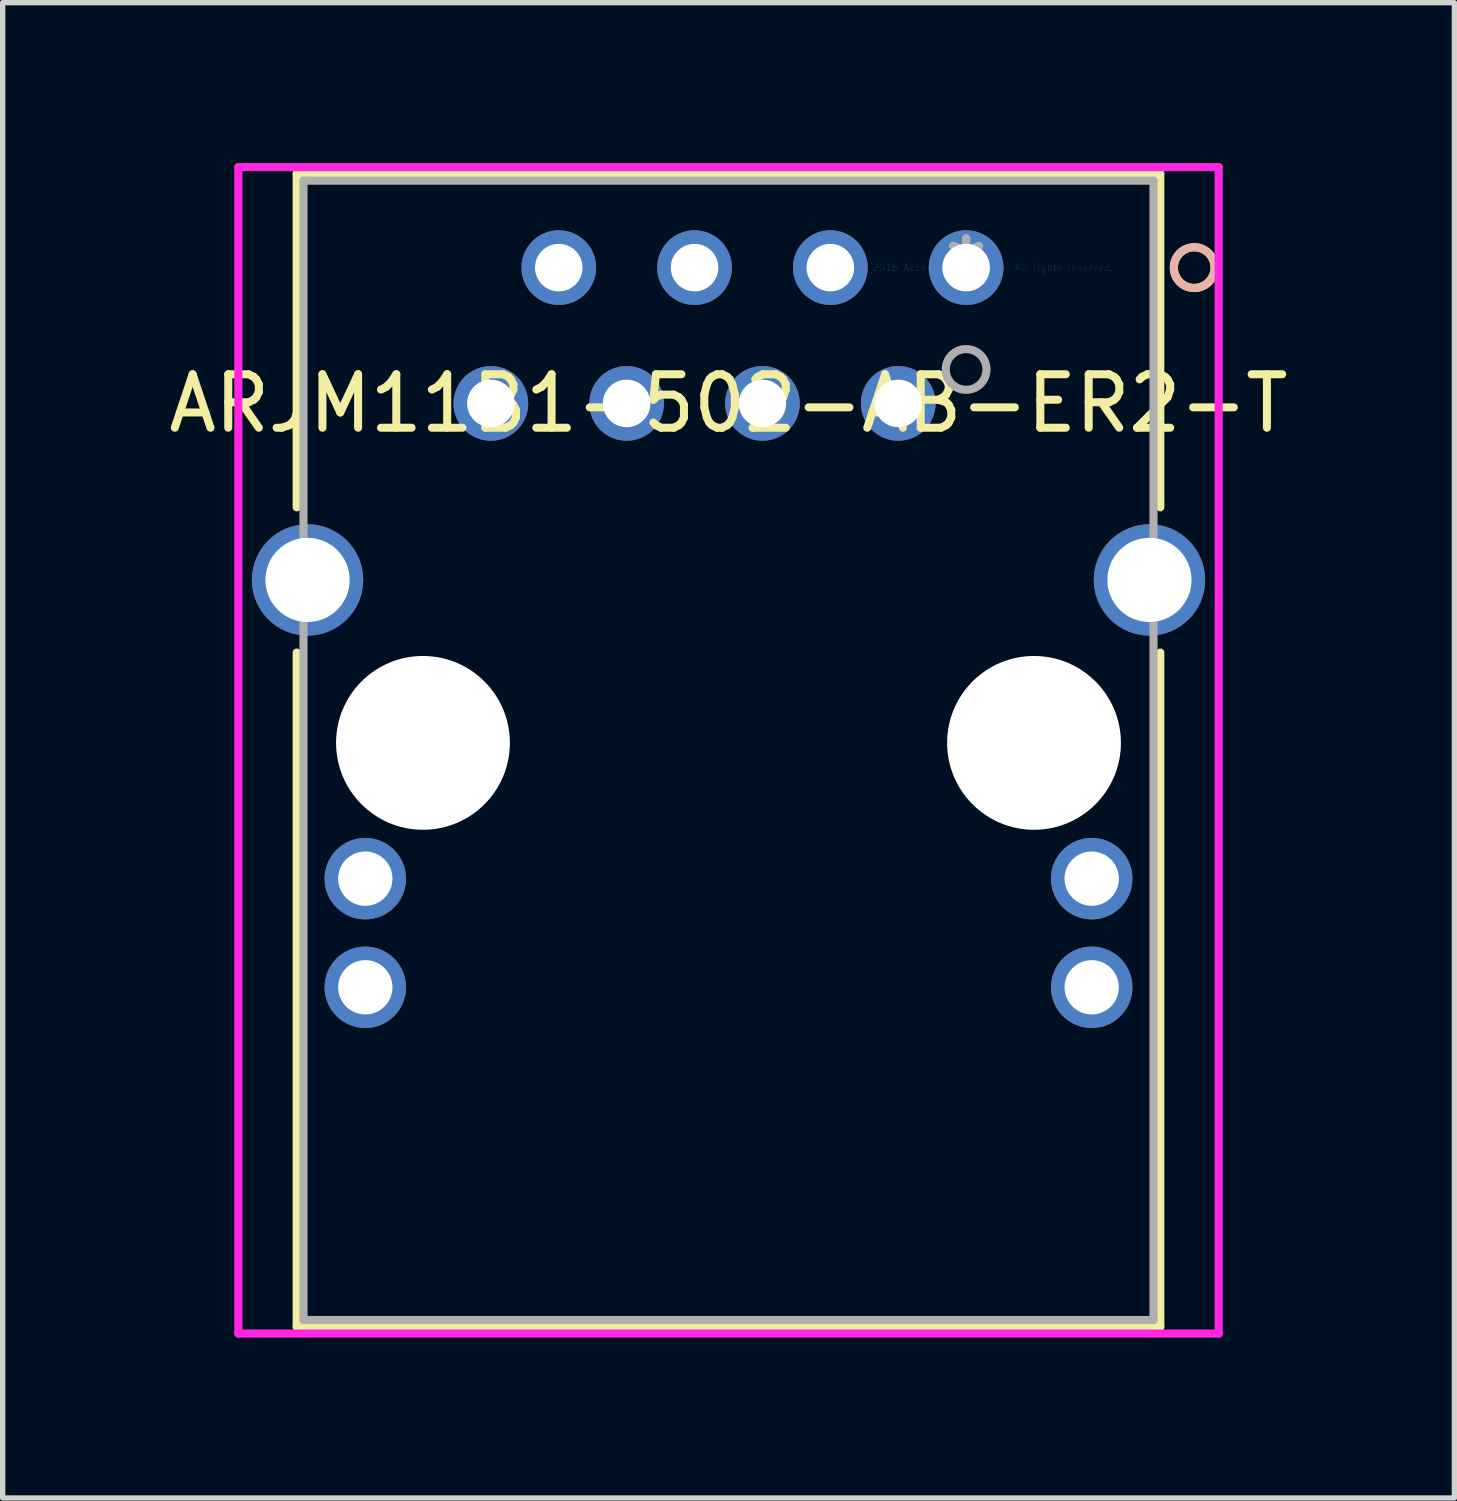
<source format=kicad_pcb>
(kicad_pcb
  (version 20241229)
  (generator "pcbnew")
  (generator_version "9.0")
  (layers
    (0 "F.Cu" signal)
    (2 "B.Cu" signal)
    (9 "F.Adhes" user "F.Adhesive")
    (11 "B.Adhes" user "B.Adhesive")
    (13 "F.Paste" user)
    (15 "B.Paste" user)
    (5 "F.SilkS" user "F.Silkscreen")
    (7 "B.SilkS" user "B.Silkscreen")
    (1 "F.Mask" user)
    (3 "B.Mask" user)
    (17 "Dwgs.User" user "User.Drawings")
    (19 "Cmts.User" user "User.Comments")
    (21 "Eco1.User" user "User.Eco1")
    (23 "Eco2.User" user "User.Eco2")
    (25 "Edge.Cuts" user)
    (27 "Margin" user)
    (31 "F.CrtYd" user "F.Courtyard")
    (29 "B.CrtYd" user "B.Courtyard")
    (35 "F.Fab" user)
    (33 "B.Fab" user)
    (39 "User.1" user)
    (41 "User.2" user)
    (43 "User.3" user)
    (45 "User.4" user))
  (footprint "ARJM11B1-502-AB-ER2-T"
    (layer "F.Cu")
    (at 15.022 1.956)
    (property "Reference" "ARJM11B1-502-AB-ER2-T" (at -4.445 2.54 0) (layer "F.SilkS") (effects (font (size 1 1) (thickness 0.15))))
    (attr through_hole)
    (fp_line (start -12.522 -1.753) (end -12.522 4.483) (stroke (width 0.152) (type solid)) (layer "F.SilkS"))
    (fp_line (start -12.522 7.201) (end -12.522 19.812) (stroke (width 0.152) (type solid)) (layer "F.SilkS"))
    (fp_line (start -12.522 19.812) (end 3.632 19.812) (stroke (width 0.152) (type solid)) (layer "F.SilkS"))
    (fp_line (start 3.632 -1.753) (end -12.522 -1.753) (stroke (width 0.152) (type solid)) (layer "F.SilkS"))
    (fp_line (start 3.632 4.483) (end 3.632 -1.753) (stroke (width 0.152) (type solid)) (layer "F.SilkS"))
    (fp_line (start 3.632 19.812) (end 3.632 7.201) (stroke (width 0.152) (type solid)) (layer "F.SilkS"))
    (fp_circle (center 4.267 0) (end 4.648 0) (stroke (width 0.152) (type solid)) (fill no) (layer "F.SilkS"))
    (fp_circle (center 4.267 0) (end 4.648 0) (stroke (width 0.152) (type solid)) (fill no) (layer "B.SilkS"))
    (fp_line (start -13.614 -1.88) (end -13.614 19.939) (stroke (width 0.152) (type solid)) (layer "F.CrtYd"))
    (fp_line (start -13.614 19.939) (end 4.724 19.939) (stroke (width 0.152) (type solid)) (layer "F.CrtYd"))
    (fp_line (start 4.724 -1.88) (end -13.614 -1.88) (stroke (width 0.152) (type solid)) (layer "F.CrtYd"))
    (fp_line (start 4.724 19.939) (end 4.724 -1.88) (stroke (width 0.152) (type solid)) (layer "F.CrtYd"))
    (fp_line (start -12.395 -1.626) (end -12.395 19.685) (stroke (width 0.152) (type solid)) (layer "F.Fab"))
    (fp_line (start -12.395 19.685) (end 3.505 19.685) (stroke (width 0.152) (type solid)) (layer "F.Fab"))
    (fp_line (start 3.505 -1.626) (end -12.395 -1.626) (stroke (width 0.152) (type solid)) (layer "F.Fab"))
    (fp_line (start 3.505 19.685) (end 3.505 -1.626) (stroke (width 0.152) (type solid)) (layer "F.Fab"))
    (fp_circle (center 0 1.905) (end 0.381 1.905) (stroke (width 0.152) (type solid)) (fill no) (layer "F.Fab"))
    (fp_text user "*" (at 0 0 0) (layer "F.SilkS") (effects (font (size 1 1) (thickness 0.15))))
    (fp_text user "Copyright 2016 Accelerated Designs. All rights reserved." (at 0 0 0) (layer "Cmts.User") (effects (font (size 0.127 0.127) (thickness 0.002))))
    (fp_text user "*" (at 0 0 0) (layer "F.Fab") (effects (font (size 1 1) (thickness 0.15))))
    (pad "" np_thru_hole circle (at -10.16 8.89) (size 3.251 3.251) (drill 3.251) (layers "*.Cu" "*.Mask"))
    (pad "" np_thru_hole circle (at 1.27 8.89) (size 3.251 3.251) (drill 3.251) (layers "*.Cu" "*.Mask"))
    (pad "1" thru_hole circle (at 0 0) (size 1.397 1.397) (drill 0.889) (layers "*.Cu" "*.Mask"))
    (pad "2" thru_hole circle (at -1.27 2.54) (size 1.397 1.397) (drill 0.889) (layers "*.Cu" "*.Mask"))
    (pad "3" thru_hole circle (at -2.54 0) (size 1.397 1.397) (drill 0.889) (layers "*.Cu" "*.Mask"))
    (pad "4" thru_hole circle (at -3.81 2.54) (size 1.397 1.397) (drill 0.889) (layers "*.Cu" "*.Mask"))
    (pad "5" thru_hole circle (at -5.08 0) (size 1.397 1.397) (drill 0.889) (layers "*.Cu" "*.Mask"))
    (pad "6" thru_hole circle (at -6.35 2.54) (size 1.397 1.397) (drill 0.889) (layers "*.Cu" "*.Mask"))
    (pad "7" thru_hole circle (at -7.62 0) (size 1.397 1.397) (drill 0.889) (layers "*.Cu" "*.Mask"))
    (pad "8" thru_hole circle (at -8.89 2.54) (size 1.397 1.397) (drill 0.889) (layers "*.Cu" "*.Mask"))
    (pad "9" thru_hole circle (at -11.239 11.43) (size 1.524 1.524) (drill 1.016) (layers "*.Cu" "*.Mask"))
    (pad "10" thru_hole circle (at -11.239 13.462) (size 1.524 1.524) (drill 1.016) (layers "*.Cu" "*.Mask"))
    (pad "11" thru_hole circle (at 2.349 11.43) (size 1.524 1.524) (drill 1.016) (layers "*.Cu" "*.Mask"))
    (pad "12" thru_hole circle (at 2.349 13.462) (size 1.524 1.524) (drill 1.016) (layers "*.Cu" "*.Mask"))
    (pad "13" thru_hole circle (at -12.319 5.842) (size 2.083 2.083) (drill 1.575) (layers "*.Cu" "*.Mask"))
    (pad "14" thru_hole circle (at 3.429 5.842) (size 2.083 2.083) (drill 1.575) (layers "*.Cu" "*.Mask")))
  (gr_rect
    (start -3 -3)
    (end 24.155 24.971)
    (stroke (width 0.1) (type default))
    (fill no)
    (layer "Edge.Cuts")))
</source>
